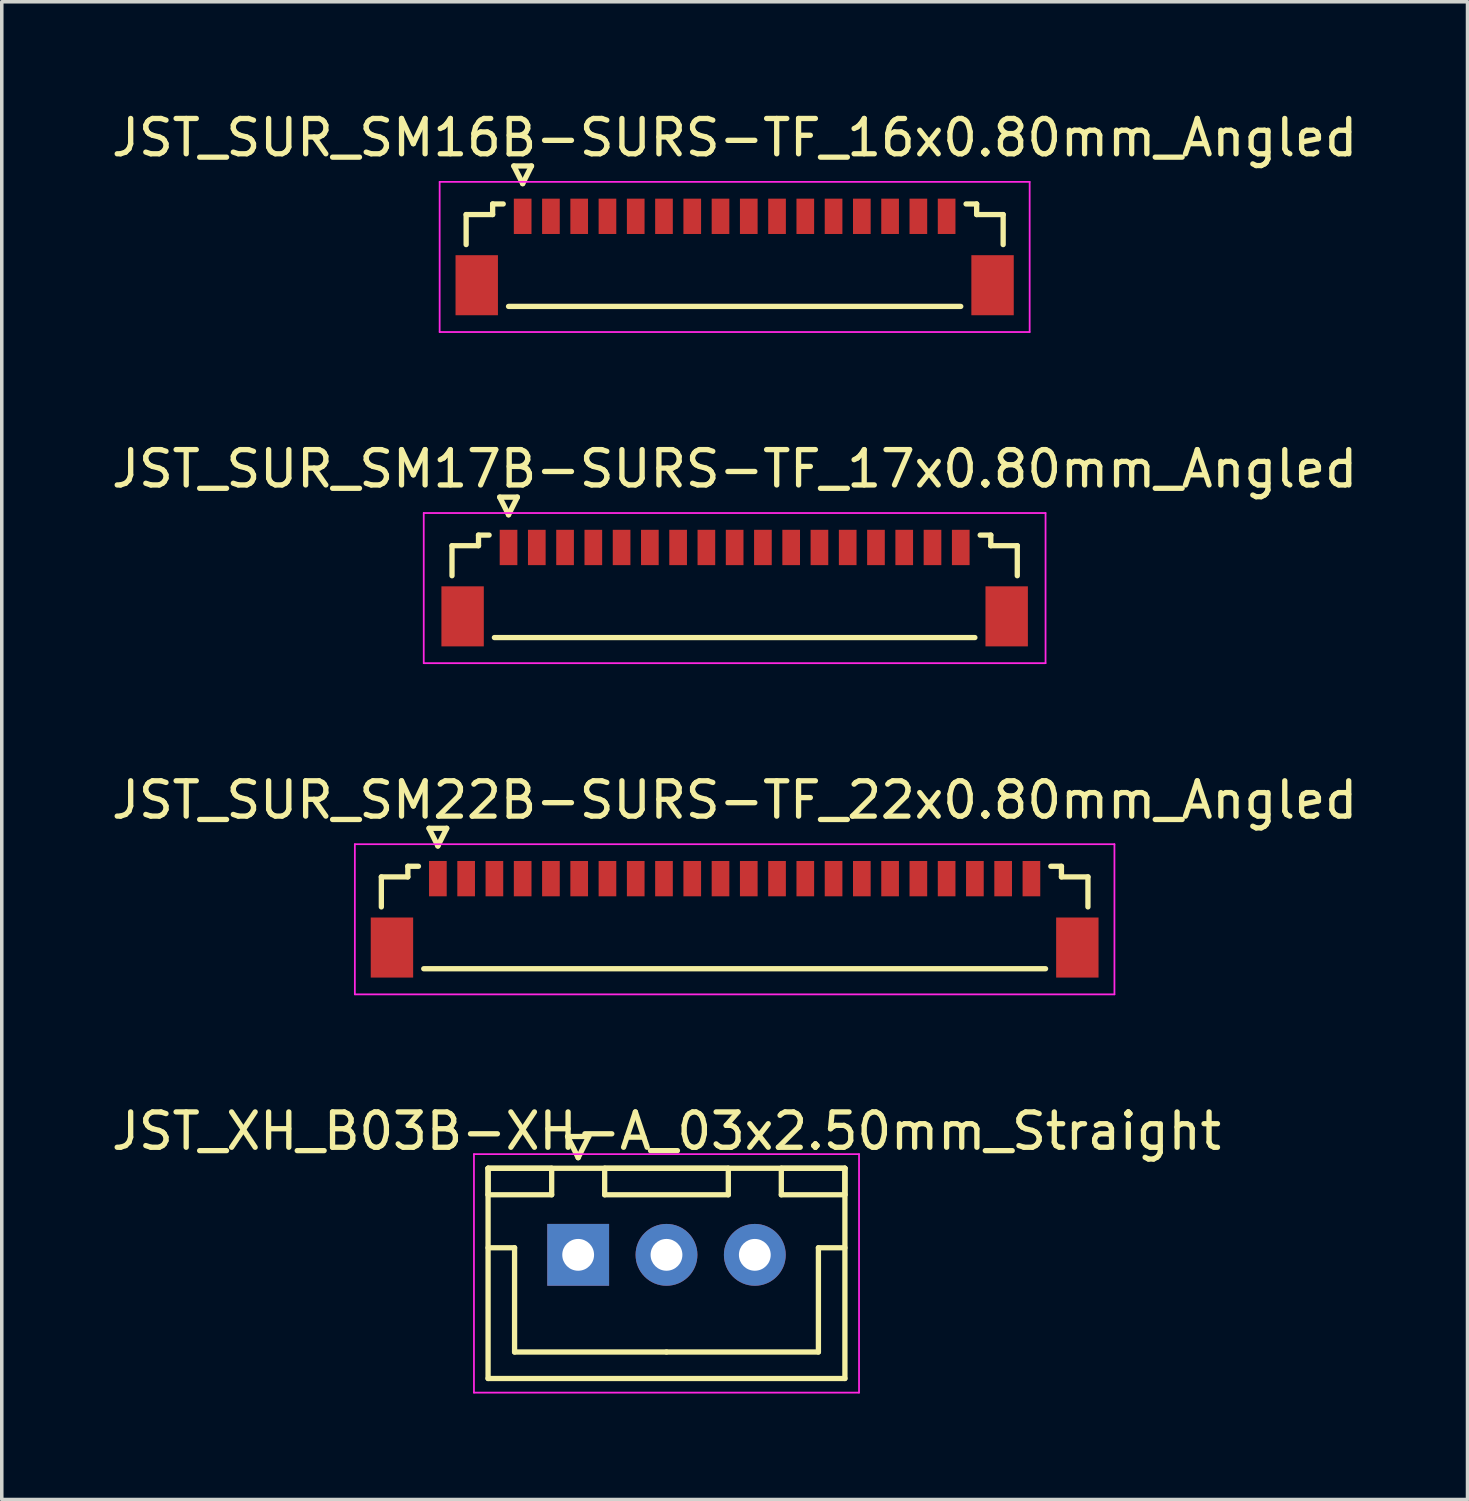
<source format=kicad_pcb>
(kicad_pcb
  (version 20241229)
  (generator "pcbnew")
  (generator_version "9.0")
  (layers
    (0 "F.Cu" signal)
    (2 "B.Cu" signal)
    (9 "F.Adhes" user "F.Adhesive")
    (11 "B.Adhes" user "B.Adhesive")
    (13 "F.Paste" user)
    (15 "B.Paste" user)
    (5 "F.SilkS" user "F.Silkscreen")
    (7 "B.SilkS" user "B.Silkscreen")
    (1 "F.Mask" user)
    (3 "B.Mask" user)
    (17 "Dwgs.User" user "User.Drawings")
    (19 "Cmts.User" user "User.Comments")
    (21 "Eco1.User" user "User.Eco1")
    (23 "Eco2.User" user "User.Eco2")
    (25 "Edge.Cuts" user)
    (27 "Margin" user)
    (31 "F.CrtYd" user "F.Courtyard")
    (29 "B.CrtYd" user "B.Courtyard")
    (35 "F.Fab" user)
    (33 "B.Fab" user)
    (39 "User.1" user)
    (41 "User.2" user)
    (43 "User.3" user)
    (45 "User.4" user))
  (footprint "JST_SUR_SM16B-SURS-TF_16x0.80mm_Angled"
    (layer "F.Cu")
    (at 17.744 4.048)
    (property "Reference" "JST_SUR_SM16B-SURS-TF_16x0.80mm_Angled" (at 0 -3.2 0) (layer "F.SilkS") (effects (font (size 1 1) (thickness 0.15))))
    (attr smd)
    (fp_line (start -7.6 -1.025) (end -7.6 -0.175) (stroke (width 0.15) (type solid)) (layer "F.SilkS"))
    (fp_line (start -6.85 -1.325) (end -6.85 -1.025) (stroke (width 0.15) (type solid)) (layer "F.SilkS"))
    (fp_line (start -6.85 -1.025) (end -7.6 -1.025) (stroke (width 0.15) (type solid)) (layer "F.SilkS"))
    (fp_line (start -6.55 -1.325) (end -6.85 -1.325) (stroke (width 0.15) (type solid)) (layer "F.SilkS"))
    (fp_line (start -6.4 1.575) (end 6.4 1.575) (stroke (width 0.15) (type solid)) (layer "F.SilkS"))
    (fp_line (start -6.25 -2.4) (end -5.75 -2.4) (stroke (width 0.15) (type solid)) (layer "F.SilkS"))
    (fp_line (start -6 -1.9) (end -6.25 -2.4) (stroke (width 0.15) (type solid)) (layer "F.SilkS"))
    (fp_line (start -5.75 -2.4) (end -6 -1.9) (stroke (width 0.15) (type solid)) (layer "F.SilkS"))
    (fp_line (start 6.55 -1.325) (end 6.85 -1.325) (stroke (width 0.15) (type solid)) (layer "F.SilkS"))
    (fp_line (start 6.85 -1.325) (end 6.85 -1.025) (stroke (width 0.15) (type solid)) (layer "F.SilkS"))
    (fp_line (start 6.85 -1.025) (end 7.6 -1.025) (stroke (width 0.15) (type solid)) (layer "F.SilkS"))
    (fp_line (start 7.6 -1.025) (end 7.6 -0.175) (stroke (width 0.15) (type solid)) (layer "F.SilkS"))
    (fp_line (start -8.35 -1.95) (end 8.35 -1.95) (stroke (width 0.05) (type solid)) (layer "F.CrtYd"))
    (fp_line (start -8.35 2.3) (end -8.35 -1.95) (stroke (width 0.05) (type solid)) (layer "F.CrtYd"))
    (fp_line (start 8.35 -1.95) (end 8.35 2.3) (stroke (width 0.05) (type solid)) (layer "F.CrtYd"))
    (fp_line (start 8.35 2.3) (end -8.35 2.3) (stroke (width 0.05) (type solid)) (layer "F.CrtYd"))
    (pad "" smd rect (at -7.3 0.975) (size 1.2 1.7) (layers "F.Cu" "F.Mask" "F.Paste"))
    (pad "" smd rect (at 7.3 0.975) (size 1.2 1.7) (layers "F.Cu" "F.Mask" "F.Paste"))
    (pad "1" smd rect (at -6 -0.975) (size 0.5 1) (layers "F.Cu" "F.Mask" "F.Paste"))
    (pad "2" smd rect (at -5.2 -0.975) (size 0.5 1) (layers "F.Cu" "F.Mask" "F.Paste"))
    (pad "3" smd rect (at -4.4 -0.975) (size 0.5 1) (layers "F.Cu" "F.Mask" "F.Paste"))
    (pad "4" smd rect (at -3.6 -0.975) (size 0.5 1) (layers "F.Cu" "F.Mask" "F.Paste"))
    (pad "5" smd rect (at -2.8 -0.975) (size 0.5 1) (layers "F.Cu" "F.Mask" "F.Paste"))
    (pad "6" smd rect (at -2 -0.975) (size 0.5 1) (layers "F.Cu" "F.Mask" "F.Paste"))
    (pad "7" smd rect (at -1.2 -0.975) (size 0.5 1) (layers "F.Cu" "F.Mask" "F.Paste"))
    (pad "8" smd rect (at -0.4 -0.975) (size 0.5 1) (layers "F.Cu" "F.Mask" "F.Paste"))
    (pad "9" smd rect (at 0.4 -0.975) (size 0.5 1) (layers "F.Cu" "F.Mask" "F.Paste"))
    (pad "10" smd rect (at 1.2 -0.975) (size 0.5 1) (layers "F.Cu" "F.Mask" "F.Paste"))
    (pad "11" smd rect (at 2 -0.975) (size 0.5 1) (layers "F.Cu" "F.Mask" "F.Paste"))
    (pad "12" smd rect (at 2.8 -0.975) (size 0.5 1) (layers "F.Cu" "F.Mask" "F.Paste"))
    (pad "13" smd rect (at 3.6 -0.975) (size 0.5 1) (layers "F.Cu" "F.Mask" "F.Paste"))
    (pad "14" smd rect (at 4.4 -0.975) (size 0.5 1) (layers "F.Cu" "F.Mask" "F.Paste"))
    (pad "15" smd rect (at 5.2 -0.975) (size 0.5 1) (layers "F.Cu" "F.Mask" "F.Paste"))
    (pad "16" smd rect (at 6 -0.975) (size 0.5 1) (layers "F.Cu" "F.Mask" "F.Paste")))
  (footprint "JST_XH_B03B-XH-A_03x2.50mm_Straight"
    (layer "F.Cu")
    (at 13.315 32.468)
    (property "Reference" "JST_XH_B03B-XH-A_03x2.50mm_Straight" (at 2.5 -3.5 0) (layer "F.SilkS") (effects (font (size 1 1) (thickness 0.15))))
    (attr through_hole)
    (fp_line (start -2.55 -2.45) (end -2.55 -1.7) (stroke (width 0.15) (type solid)) (layer "F.SilkS"))
    (fp_line (start -2.55 -2.45) (end -2.55 3.5) (stroke (width 0.15) (type solid)) (layer "F.SilkS"))
    (fp_line (start -2.55 -1.7) (end -0.75 -1.7) (stroke (width 0.15) (type solid)) (layer "F.SilkS"))
    (fp_line (start -2.55 -0.2) (end -1.8 -0.2) (stroke (width 0.15) (type solid)) (layer "F.SilkS"))
    (fp_line (start -2.55 3.5) (end 7.55 3.5) (stroke (width 0.15) (type solid)) (layer "F.SilkS"))
    (fp_line (start -1.8 -0.2) (end -1.8 2.75) (stroke (width 0.15) (type solid)) (layer "F.SilkS"))
    (fp_line (start -1.8 2.75) (end 2.5 2.75) (stroke (width 0.15) (type solid)) (layer "F.SilkS"))
    (fp_line (start -0.75 -2.45) (end -2.55 -2.45) (stroke (width 0.15) (type solid)) (layer "F.SilkS"))
    (fp_line (start -0.75 -1.7) (end -0.75 -2.45) (stroke (width 0.15) (type solid)) (layer "F.SilkS"))
    (fp_line (start -0.3 -3.35) (end 0.3 -3.35) (stroke (width 0.15) (type solid)) (layer "F.SilkS"))
    (fp_line (start 0 -2.75) (end -0.3 -3.35) (stroke (width 0.15) (type solid)) (layer "F.SilkS"))
    (fp_line (start 0.3 -3.35) (end 0 -2.75) (stroke (width 0.15) (type solid)) (layer "F.SilkS"))
    (fp_line (start 0.75 -2.45) (end 0.75 -1.7) (stroke (width 0.15) (type solid)) (layer "F.SilkS"))
    (fp_line (start 0.75 -1.7) (end 4.25 -1.7) (stroke (width 0.15) (type solid)) (layer "F.SilkS"))
    (fp_line (start 4.25 -2.45) (end 0.75 -2.45) (stroke (width 0.15) (type solid)) (layer "F.SilkS"))
    (fp_line (start 4.25 -1.7) (end 4.25 -2.45) (stroke (width 0.15) (type solid)) (layer "F.SilkS"))
    (fp_line (start 5.75 -2.45) (end 5.75 -1.7) (stroke (width 0.15) (type solid)) (layer "F.SilkS"))
    (fp_line (start 5.75 -1.7) (end 7.55 -1.7) (stroke (width 0.15) (type solid)) (layer "F.SilkS"))
    (fp_line (start 6.8 -0.2) (end 6.8 2.75) (stroke (width 0.15) (type solid)) (layer "F.SilkS"))
    (fp_line (start 6.8 2.75) (end 2.5 2.75) (stroke (width 0.15) (type solid)) (layer "F.SilkS"))
    (fp_line (start 7.55 -2.45) (end -2.55 -2.45) (stroke (width 0.15) (type solid)) (layer "F.SilkS"))
    (fp_line (start 7.55 -2.45) (end 5.75 -2.45) (stroke (width 0.15) (type solid)) (layer "F.SilkS"))
    (fp_line (start 7.55 -1.7) (end 7.55 -2.45) (stroke (width 0.15) (type solid)) (layer "F.SilkS"))
    (fp_line (start 7.55 -0.2) (end 6.8 -0.2) (stroke (width 0.15) (type solid)) (layer "F.SilkS"))
    (fp_line (start 7.55 3.5) (end 7.55 -2.45) (stroke (width 0.15) (type solid)) (layer "F.SilkS"))
    (fp_line (start -2.95 -2.85) (end -2.95 3.9) (stroke (width 0.05) (type solid)) (layer "F.CrtYd"))
    (fp_line (start -2.95 3.9) (end 7.95 3.9) (stroke (width 0.05) (type solid)) (layer "F.CrtYd"))
    (fp_line (start 7.95 -2.85) (end -2.95 -2.85) (stroke (width 0.05) (type solid)) (layer "F.CrtYd"))
    (fp_line (start 7.95 3.9) (end 7.95 -2.85) (stroke (width 0.05) (type solid)) (layer "F.CrtYd"))
    (pad "1" thru_hole rect (at 0 0) (size 1.75 1.75) (drill 0.9) (layers "*.Cu" "*.Mask"))
    (pad "2" thru_hole circle (at 2.5 0) (size 1.75 1.75) (drill 0.9) (layers "*.Cu" "*.Mask"))
    (pad "3" thru_hole circle (at 5 0) (size 1.75 1.75) (drill 0.9) (layers "*.Cu" "*.Mask")))
  (footprint "JST_SUR_SM17B-SURS-TF_17x0.80mm_Angled"
    (layer "F.Cu")
    (at 17.744 13.421)
    (property "Reference" "JST_SUR_SM17B-SURS-TF_17x0.80mm_Angled" (at 0 -3.2 0) (layer "F.SilkS") (effects (font (size 1 1) (thickness 0.15))))
    (attr smd)
    (fp_line (start -8 -1.025) (end -8 -0.175) (stroke (width 0.15) (type solid)) (layer "F.SilkS"))
    (fp_line (start -7.25 -1.325) (end -7.25 -1.025) (stroke (width 0.15) (type solid)) (layer "F.SilkS"))
    (fp_line (start -7.25 -1.025) (end -8 -1.025) (stroke (width 0.15) (type solid)) (layer "F.SilkS"))
    (fp_line (start -6.95 -1.325) (end -7.25 -1.325) (stroke (width 0.15) (type solid)) (layer "F.SilkS"))
    (fp_line (start -6.8 1.575) (end 6.8 1.575) (stroke (width 0.15) (type solid)) (layer "F.SilkS"))
    (fp_line (start -6.65 -2.4) (end -6.15 -2.4) (stroke (width 0.15) (type solid)) (layer "F.SilkS"))
    (fp_line (start -6.4 -1.9) (end -6.65 -2.4) (stroke (width 0.15) (type solid)) (layer "F.SilkS"))
    (fp_line (start -6.15 -2.4) (end -6.4 -1.9) (stroke (width 0.15) (type solid)) (layer "F.SilkS"))
    (fp_line (start 6.95 -1.325) (end 7.25 -1.325) (stroke (width 0.15) (type solid)) (layer "F.SilkS"))
    (fp_line (start 7.25 -1.325) (end 7.25 -1.025) (stroke (width 0.15) (type solid)) (layer "F.SilkS"))
    (fp_line (start 7.25 -1.025) (end 8 -1.025) (stroke (width 0.15) (type solid)) (layer "F.SilkS"))
    (fp_line (start 8 -1.025) (end 8 -0.175) (stroke (width 0.15) (type solid)) (layer "F.SilkS"))
    (fp_line (start -8.8 -1.95) (end 8.8 -1.95) (stroke (width 0.05) (type solid)) (layer "F.CrtYd"))
    (fp_line (start -8.8 2.3) (end -8.8 -1.95) (stroke (width 0.05) (type solid)) (layer "F.CrtYd"))
    (fp_line (start 8.8 -1.95) (end 8.8 2.3) (stroke (width 0.05) (type solid)) (layer "F.CrtYd"))
    (fp_line (start 8.8 2.3) (end -8.8 2.3) (stroke (width 0.05) (type solid)) (layer "F.CrtYd"))
    (pad "" smd rect (at -7.7 0.975) (size 1.2 1.7) (layers "F.Cu" "F.Mask" "F.Paste"))
    (pad "" smd rect (at 7.7 0.975) (size 1.2 1.7) (layers "F.Cu" "F.Mask" "F.Paste"))
    (pad "1" smd rect (at -6.4 -0.975) (size 0.5 1) (layers "F.Cu" "F.Mask" "F.Paste"))
    (pad "2" smd rect (at -5.6 -0.975) (size 0.5 1) (layers "F.Cu" "F.Mask" "F.Paste"))
    (pad "3" smd rect (at -4.8 -0.975) (size 0.5 1) (layers "F.Cu" "F.Mask" "F.Paste"))
    (pad "4" smd rect (at -4 -0.975) (size 0.5 1) (layers "F.Cu" "F.Mask" "F.Paste"))
    (pad "5" smd rect (at -3.2 -0.975) (size 0.5 1) (layers "F.Cu" "F.Mask" "F.Paste"))
    (pad "6" smd rect (at -2.4 -0.975) (size 0.5 1) (layers "F.Cu" "F.Mask" "F.Paste"))
    (pad "7" smd rect (at -1.6 -0.975) (size 0.5 1) (layers "F.Cu" "F.Mask" "F.Paste"))
    (pad "8" smd rect (at -0.8 -0.975) (size 0.5 1) (layers "F.Cu" "F.Mask" "F.Paste"))
    (pad "9" smd rect (at 0 -0.975) (size 0.5 1) (layers "F.Cu" "F.Mask" "F.Paste"))
    (pad "10" smd rect (at 0.8 -0.975) (size 0.5 1) (layers "F.Cu" "F.Mask" "F.Paste"))
    (pad "11" smd rect (at 1.6 -0.975) (size 0.5 1) (layers "F.Cu" "F.Mask" "F.Paste"))
    (pad "12" smd rect (at 2.4 -0.975) (size 0.5 1) (layers "F.Cu" "F.Mask" "F.Paste"))
    (pad "13" smd rect (at 3.2 -0.975) (size 0.5 1) (layers "F.Cu" "F.Mask" "F.Paste"))
    (pad "14" smd rect (at 4 -0.975) (size 0.5 1) (layers "F.Cu" "F.Mask" "F.Paste"))
    (pad "15" smd rect (at 4.8 -0.975) (size 0.5 1) (layers "F.Cu" "F.Mask" "F.Paste"))
    (pad "16" smd rect (at 5.6 -0.975) (size 0.5 1) (layers "F.Cu" "F.Mask" "F.Paste"))
    (pad "17" smd rect (at 6.4 -0.975) (size 0.5 1) (layers "F.Cu" "F.Mask" "F.Paste")))
  (footprint "JST_SUR_SM22B-SURS-TF_22x0.80mm_Angled"
    (layer "F.Cu")
    (at 17.744 22.795)
    (property "Reference" "JST_SUR_SM22B-SURS-TF_22x0.80mm_Angled" (at 0 -3.2 0) (layer "F.SilkS") (effects (font (size 1 1) (thickness 0.15))))
    (attr smd)
    (fp_line (start -10 -1.025) (end -10 -0.175) (stroke (width 0.15) (type solid)) (layer "F.SilkS"))
    (fp_line (start -9.25 -1.325) (end -9.25 -1.025) (stroke (width 0.15) (type solid)) (layer "F.SilkS"))
    (fp_line (start -9.25 -1.025) (end -10 -1.025) (stroke (width 0.15) (type solid)) (layer "F.SilkS"))
    (fp_line (start -8.95 -1.325) (end -9.25 -1.325) (stroke (width 0.15) (type solid)) (layer "F.SilkS"))
    (fp_line (start -8.8 1.575) (end 8.8 1.575) (stroke (width 0.15) (type solid)) (layer "F.SilkS"))
    (fp_line (start -8.65 -2.4) (end -8.15 -2.4) (stroke (width 0.15) (type solid)) (layer "F.SilkS"))
    (fp_line (start -8.4 -1.9) (end -8.65 -2.4) (stroke (width 0.15) (type solid)) (layer "F.SilkS"))
    (fp_line (start -8.15 -2.4) (end -8.4 -1.9) (stroke (width 0.15) (type solid)) (layer "F.SilkS"))
    (fp_line (start 8.95 -1.325) (end 9.25 -1.325) (stroke (width 0.15) (type solid)) (layer "F.SilkS"))
    (fp_line (start 9.25 -1.325) (end 9.25 -1.025) (stroke (width 0.15) (type solid)) (layer "F.SilkS"))
    (fp_line (start 9.25 -1.025) (end 10 -1.025) (stroke (width 0.15) (type solid)) (layer "F.SilkS"))
    (fp_line (start 10 -1.025) (end 10 -0.175) (stroke (width 0.15) (type solid)) (layer "F.SilkS"))
    (fp_line (start -10.75 -1.95) (end 10.75 -1.95) (stroke (width 0.05) (type solid)) (layer "F.CrtYd"))
    (fp_line (start -10.75 2.3) (end -10.75 -1.95) (stroke (width 0.05) (type solid)) (layer "F.CrtYd"))
    (fp_line (start 10.75 -1.95) (end 10.75 2.3) (stroke (width 0.05) (type solid)) (layer "F.CrtYd"))
    (fp_line (start 10.75 2.3) (end -10.75 2.3) (stroke (width 0.05) (type solid)) (layer "F.CrtYd"))
    (pad "" smd rect (at -9.7 0.975) (size 1.2 1.7) (layers "F.Cu" "F.Mask" "F.Paste"))
    (pad "" smd rect (at 9.7 0.975) (size 1.2 1.7) (layers "F.Cu" "F.Mask" "F.Paste"))
    (pad "1" smd rect (at -8.4 -0.975) (size 0.5 1) (layers "F.Cu" "F.Mask" "F.Paste"))
    (pad "2" smd rect (at -7.6 -0.975) (size 0.5 1) (layers "F.Cu" "F.Mask" "F.Paste"))
    (pad "3" smd rect (at -6.8 -0.975) (size 0.5 1) (layers "F.Cu" "F.Mask" "F.Paste"))
    (pad "4" smd rect (at -6 -0.975) (size 0.5 1) (layers "F.Cu" "F.Mask" "F.Paste"))
    (pad "5" smd rect (at -5.2 -0.975) (size 0.5 1) (layers "F.Cu" "F.Mask" "F.Paste"))
    (pad "6" smd rect (at -4.4 -0.975) (size 0.5 1) (layers "F.Cu" "F.Mask" "F.Paste"))
    (pad "7" smd rect (at -3.6 -0.975) (size 0.5 1) (layers "F.Cu" "F.Mask" "F.Paste"))
    (pad "8" smd rect (at -2.8 -0.975) (size 0.5 1) (layers "F.Cu" "F.Mask" "F.Paste"))
    (pad "9" smd rect (at -2 -0.975) (size 0.5 1) (layers "F.Cu" "F.Mask" "F.Paste"))
    (pad "10" smd rect (at -1.2 -0.975) (size 0.5 1) (layers "F.Cu" "F.Mask" "F.Paste"))
    (pad "11" smd rect (at -0.4 -0.975) (size 0.5 1) (layers "F.Cu" "F.Mask" "F.Paste"))
    (pad "12" smd rect (at 0.4 -0.975) (size 0.5 1) (layers "F.Cu" "F.Mask" "F.Paste"))
    (pad "13" smd rect (at 1.2 -0.975) (size 0.5 1) (layers "F.Cu" "F.Mask" "F.Paste"))
    (pad "14" smd rect (at 2 -0.975) (size 0.5 1) (layers "F.Cu" "F.Mask" "F.Paste"))
    (pad "15" smd rect (at 2.8 -0.975) (size 0.5 1) (layers "F.Cu" "F.Mask" "F.Paste"))
    (pad "16" smd rect (at 3.6 -0.975) (size 0.5 1) (layers "F.Cu" "F.Mask" "F.Paste"))
    (pad "17" smd rect (at 4.4 -0.975) (size 0.5 1) (layers "F.Cu" "F.Mask" "F.Paste"))
    (pad "18" smd rect (at 5.2 -0.975) (size 0.5 1) (layers "F.Cu" "F.Mask" "F.Paste"))
    (pad "19" smd rect (at 6 -0.975) (size 0.5 1) (layers "F.Cu" "F.Mask" "F.Paste"))
    (pad "20" smd rect (at 6.8 -0.975) (size 0.5 1) (layers "F.Cu" "F.Mask" "F.Paste"))
    (pad "21" smd rect (at 7.6 -0.975) (size 0.5 1) (layers "F.Cu" "F.Mask" "F.Paste"))
    (pad "22" smd rect (at 8.4 -0.975) (size 0.5 1) (layers "F.Cu" "F.Mask" "F.Paste")))
  (gr_rect
    (start -3 -3)
    (end 38.488 39.393)
    (stroke (width 0.1) (type default))
    (fill no)
    (layer "Edge.Cuts")))
</source>
